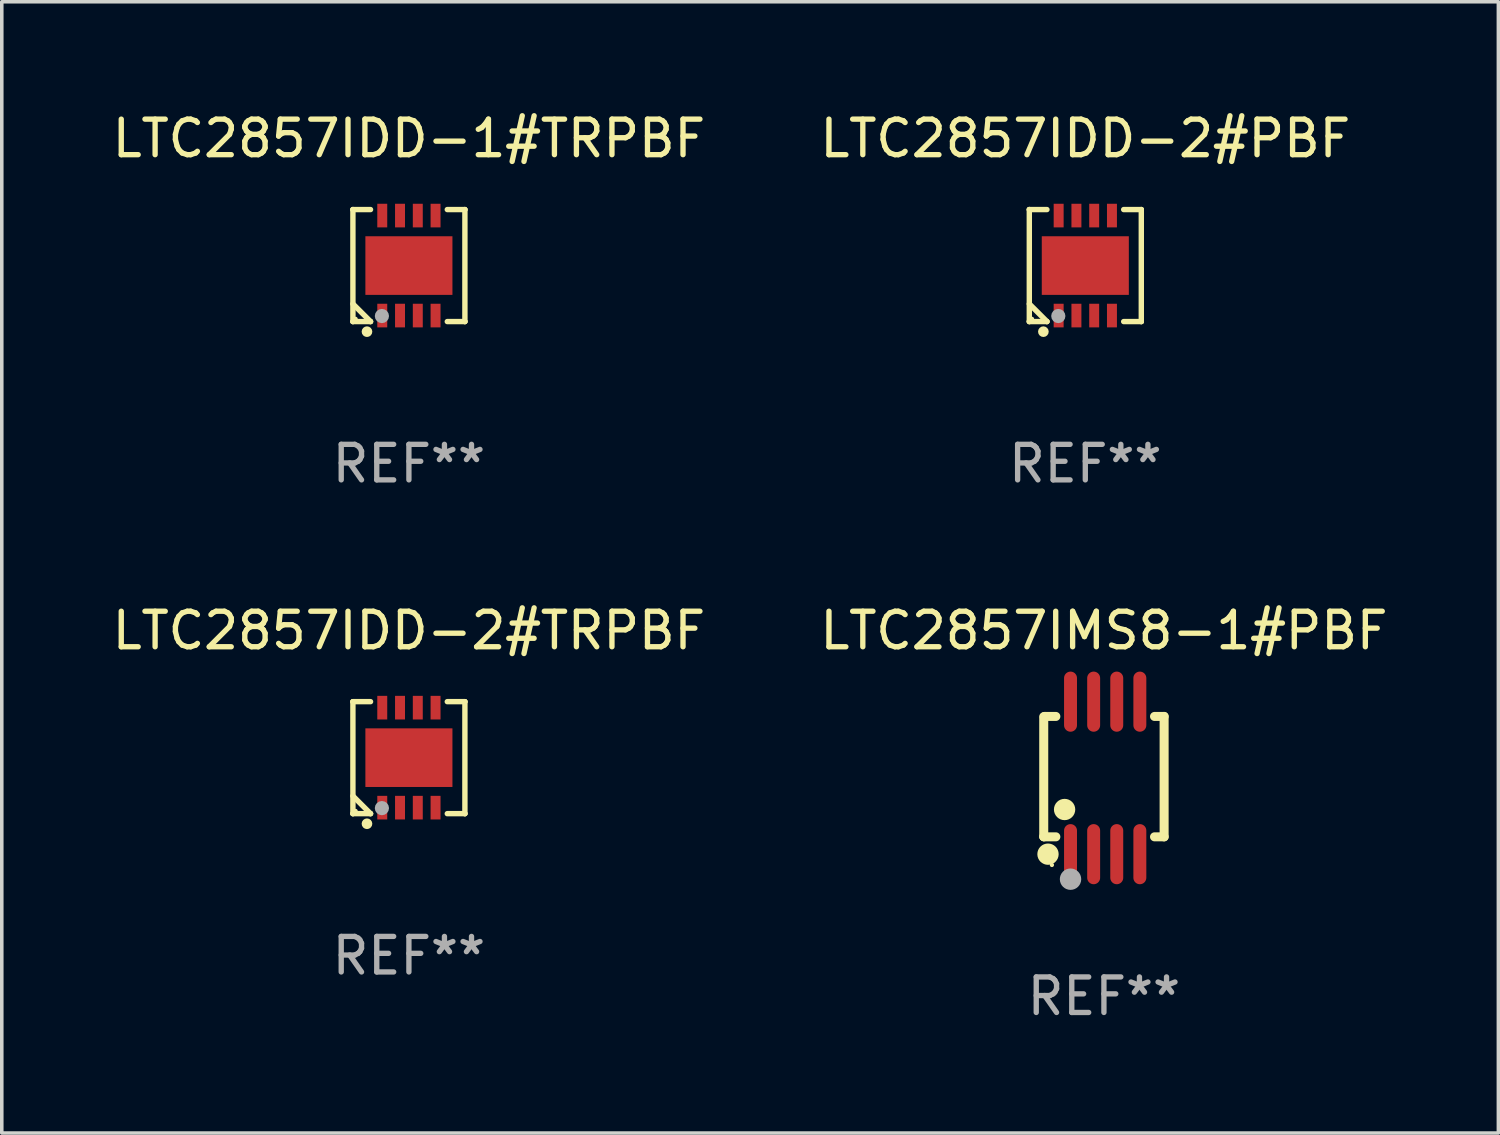
<source format=kicad_pcb>
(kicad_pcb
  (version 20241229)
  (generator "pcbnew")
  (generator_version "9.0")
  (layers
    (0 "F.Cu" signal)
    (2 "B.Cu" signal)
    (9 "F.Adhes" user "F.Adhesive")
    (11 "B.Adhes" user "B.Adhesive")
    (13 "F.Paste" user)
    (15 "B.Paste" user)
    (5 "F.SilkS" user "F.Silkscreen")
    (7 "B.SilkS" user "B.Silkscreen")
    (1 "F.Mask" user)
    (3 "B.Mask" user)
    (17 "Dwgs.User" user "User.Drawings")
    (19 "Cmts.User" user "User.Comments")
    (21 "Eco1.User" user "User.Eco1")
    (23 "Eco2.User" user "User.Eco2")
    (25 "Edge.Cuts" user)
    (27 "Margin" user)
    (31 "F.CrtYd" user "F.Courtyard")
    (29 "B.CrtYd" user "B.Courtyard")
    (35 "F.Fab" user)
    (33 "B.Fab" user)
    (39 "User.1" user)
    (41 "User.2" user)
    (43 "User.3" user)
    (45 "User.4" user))
  (footprint "LTC2857IMS8-1#PBF"
    (layer "F.Cu")
    (at 28.018 18.843)
    (property "Reference" "LTC2857IMS8-1#PBF" (at 0 -4.146 0) (layer "F.SilkS") (effects (font (size 1 1) (thickness 0.15))))
    (attr through_hole)
    (fp_line (start -1.694 -1.724) (end -1.694 1.652) (stroke (width 0.254) (type solid)) (layer "F.SilkS"))
    (fp_line (start -1.694 1.652) (end -1.688 1.658) (stroke (width 0.254) (type solid)) (layer "F.SilkS"))
    (fp_line (start -1.688 1.658) (end -1.353 1.658) (stroke (width 0.254) (type solid)) (layer "F.SilkS"))
    (fp_line (start -1.661 -1.73) (end -1.681 -1.71) (stroke (width 0.254) (type solid)) (layer "F.SilkS"))
    (fp_line (start -1.353 -1.73) (end -1.661 -1.73) (stroke (width 0.254) (type solid)) (layer "F.SilkS"))
    (fp_line (start 1.424 1.658) (end 1.694 1.658) (stroke (width 0.254) (type solid)) (layer "F.SilkS"))
    (fp_line (start 1.694 -1.73) (end 1.424 -1.73) (stroke (width 0.254) (type solid)) (layer "F.SilkS"))
    (fp_line (start 1.694 1.658) (end 1.694 -1.73) (stroke (width 0.254) (type solid)) (layer "F.SilkS"))
    (fp_circle (center -1.574 2.146) (end -1.424 2.146) (stroke (width 0.3) (type solid)) (fill no) (layer "F.SilkS"))
    (fp_circle (center -1.464 2.45) (end -1.434 2.45) (stroke (width 0.06) (type solid)) (fill no) (layer "F.SilkS"))
    (fp_circle (center -1.107 0.889) (end -0.957 0.889) (stroke (width 0.3) (type solid)) (fill no) (layer "F.SilkS"))
    (fp_circle (center -0.94 2.85) (end -0.789 2.85) (stroke (width 0.3) (type solid)) (fill no) (layer "F.Fab"))
    (fp_text user "REF**" (at 0 6.146 0) (layer "F.Fab") (effects (font (size 1 1) (thickness 0.15))))
    (pad "1" smd oval (at -0.94 2.146) (size 0.364 1.692) (layers "F.Cu" "F.Mask" "F.Paste"))
    (pad "2" smd oval (at -0.289 2.146) (size 0.364 1.692) (layers "F.Cu" "F.Mask" "F.Paste"))
    (pad "3" smd oval (at 0.361 2.146) (size 0.364 1.692) (layers "F.Cu" "F.Mask" "F.Paste"))
    (pad "4" smd oval (at 1.011 2.146) (size 0.364 1.692) (layers "F.Cu" "F.Mask" "F.Paste"))
    (pad "5" smd oval (at 1.011 -2.146) (size 0.364 1.692) (layers "F.Cu" "F.Mask" "F.Paste"))
    (pad "6" smd oval (at 0.361 -2.146) (size 0.364 1.692) (layers "F.Cu" "F.Mask" "F.Paste"))
    (pad "7" smd oval (at -0.289 -2.146) (size 0.364 1.692) (layers "F.Cu" "F.Mask" "F.Paste"))
    (pad "8" smd oval (at -0.94 -2.146) (size 0.364 1.692) (layers "F.Cu" "F.Mask" "F.Paste")))
  (footprint "LTC2857IDD-2#TRPBF"
    (layer "F.Cu")
    (at 8.458 18.273)
    (property "Reference" "LTC2857IDD-2#TRPBF" (at 0 -3.576 0) (layer "F.SilkS") (effects (font (size 1 1) (thickness 0.15))))
    (attr through_hole)
    (fp_line (start -1.576 -1.576) (end -1.576 -1.576) (stroke (width 0.152) (type solid)) (layer "F.SilkS"))
    (fp_line (start -1.576 -1.576) (end -1.08 -1.576) (stroke (width 0.152) (type solid)) (layer "F.SilkS"))
    (fp_line (start -1.576 1.576) (end -1.576 -1.576) (stroke (width 0.152) (type solid)) (layer "F.SilkS"))
    (fp_line (start -1.576 1.576) (end -1.576 1.576) (stroke (width 0.152) (type solid)) (layer "F.SilkS"))
    (fp_line (start -1.08 1.575) (end -1.576 1.079) (stroke (width 0.152) (type solid)) (layer "F.SilkS"))
    (fp_line (start -1.08 1.576) (end -1.576 1.576) (stroke (width 0.152) (type solid)) (layer "F.SilkS"))
    (fp_line (start -1.08 1.576) (end -1.08 1.575) (stroke (width 0.152) (type solid)) (layer "F.SilkS"))
    (fp_line (start 1.08 1.576) (end 1.576 1.576) (stroke (width 0.152) (type solid)) (layer "F.SilkS"))
    (fp_line (start 1.576 -1.576) (end 1.08 -1.576) (stroke (width 0.152) (type solid)) (layer "F.SilkS"))
    (fp_line (start 1.576 -1.576) (end 1.576 -1.576) (stroke (width 0.152) (type solid)) (layer "F.SilkS"))
    (fp_line (start 1.576 1.576) (end 1.576 -1.576) (stroke (width 0.152) (type solid)) (layer "F.SilkS"))
    (fp_line (start 1.576 1.576) (end 1.576 1.576) (stroke (width 0.152) (type solid)) (layer "F.SilkS"))
    (fp_circle (center -1.5 1.5) (end -1.47 1.5) (stroke (width 0.06) (type solid)) (fill no) (layer "F.SilkS"))
    (fp_circle (center -1.18 1.86) (end -1.105 1.86) (stroke (width 0.15) (type solid)) (fill no) (layer "F.SilkS"))
    (fp_circle (center -0.76 1.42) (end -0.66 1.42) (stroke (width 0.2) (type solid)) (fill no) (layer "F.Fab"))
    (fp_text user "REF**" (at 0 5.576 0) (layer "F.Fab") (effects (font (size 1 1) (thickness 0.15))))
    (pad "1" smd rect (at -0.75 1.407) (size 0.28 0.665) (layers "F.Cu" "F.Mask" "F.Paste"))
    (pad "2" smd rect (at -0.25 1.407) (size 0.28 0.665) (layers "F.Cu" "F.Mask" "F.Paste"))
    (pad "3" smd rect (at 0.25 1.407) (size 0.28 0.665) (layers "F.Cu" "F.Mask" "F.Paste"))
    (pad "4" smd rect (at 0.75 1.407) (size 0.28 0.665) (layers "F.Cu" "F.Mask" "F.Paste"))
    (pad "5" smd rect (at 0.75 -1.407) (size 0.28 0.665) (layers "F.Cu" "F.Mask" "F.Paste"))
    (pad "6" smd rect (at 0.25 -1.407) (size 0.28 0.665) (layers "F.Cu" "F.Mask" "F.Paste"))
    (pad "7" smd rect (at -0.25 -1.407) (size 0.28 0.665) (layers "F.Cu" "F.Mask" "F.Paste"))
    (pad "8" smd rect (at -0.75 -1.407) (size 0.28 0.665) (layers "F.Cu" "F.Mask" "F.Paste"))
    (pad "9" smd rect (at 0 0) (size 2.45 1.65) (layers "F.Cu" "F.Mask" "F.Paste")))
  (footprint "LTC2857IDD-1#TRPBF"
    (layer "F.Cu")
    (at 8.458 4.424)
    (property "Reference" "LTC2857IDD-1#TRPBF" (at 0 -3.576 0) (layer "F.SilkS") (effects (font (size 1 1) (thickness 0.15))))
    (attr through_hole)
    (fp_line (start -1.576 -1.576) (end -1.576 -1.576) (stroke (width 0.152) (type solid)) (layer "F.SilkS"))
    (fp_line (start -1.576 -1.576) (end -1.08 -1.576) (stroke (width 0.152) (type solid)) (layer "F.SilkS"))
    (fp_line (start -1.576 1.576) (end -1.576 -1.576) (stroke (width 0.152) (type solid)) (layer "F.SilkS"))
    (fp_line (start -1.576 1.576) (end -1.576 1.576) (stroke (width 0.152) (type solid)) (layer "F.SilkS"))
    (fp_line (start -1.08 1.575) (end -1.576 1.079) (stroke (width 0.152) (type solid)) (layer "F.SilkS"))
    (fp_line (start -1.08 1.576) (end -1.576 1.576) (stroke (width 0.152) (type solid)) (layer "F.SilkS"))
    (fp_line (start -1.08 1.576) (end -1.08 1.575) (stroke (width 0.152) (type solid)) (layer "F.SilkS"))
    (fp_line (start 1.08 1.576) (end 1.576 1.576) (stroke (width 0.152) (type solid)) (layer "F.SilkS"))
    (fp_line (start 1.576 -1.576) (end 1.08 -1.576) (stroke (width 0.152) (type solid)) (layer "F.SilkS"))
    (fp_line (start 1.576 -1.576) (end 1.576 -1.576) (stroke (width 0.152) (type solid)) (layer "F.SilkS"))
    (fp_line (start 1.576 1.576) (end 1.576 -1.576) (stroke (width 0.152) (type solid)) (layer "F.SilkS"))
    (fp_line (start 1.576 1.576) (end 1.576 1.576) (stroke (width 0.152) (type solid)) (layer "F.SilkS"))
    (fp_circle (center -1.5 1.5) (end -1.47 1.5) (stroke (width 0.06) (type solid)) (fill no) (layer "F.SilkS"))
    (fp_circle (center -1.18 1.86) (end -1.105 1.86) (stroke (width 0.15) (type solid)) (fill no) (layer "F.SilkS"))
    (fp_circle (center -0.76 1.42) (end -0.66 1.42) (stroke (width 0.2) (type solid)) (fill no) (layer "F.Fab"))
    (fp_text user "REF**" (at 0 5.576 0) (layer "F.Fab") (effects (font (size 1 1) (thickness 0.15))))
    (pad "1" smd rect (at -0.75 1.407) (size 0.28 0.665) (layers "F.Cu" "F.Mask" "F.Paste"))
    (pad "2" smd rect (at -0.25 1.407) (size 0.28 0.665) (layers "F.Cu" "F.Mask" "F.Paste"))
    (pad "3" smd rect (at 0.25 1.407) (size 0.28 0.665) (layers "F.Cu" "F.Mask" "F.Paste"))
    (pad "4" smd rect (at 0.75 1.407) (size 0.28 0.665) (layers "F.Cu" "F.Mask" "F.Paste"))
    (pad "5" smd rect (at 0.75 -1.407) (size 0.28 0.665) (layers "F.Cu" "F.Mask" "F.Paste"))
    (pad "6" smd rect (at 0.25 -1.407) (size 0.28 0.665) (layers "F.Cu" "F.Mask" "F.Paste"))
    (pad "7" smd rect (at -0.25 -1.407) (size 0.28 0.665) (layers "F.Cu" "F.Mask" "F.Paste"))
    (pad "8" smd rect (at -0.75 -1.407) (size 0.28 0.665) (layers "F.Cu" "F.Mask" "F.Paste"))
    (pad "9" smd rect (at 0 0) (size 2.45 1.65) (layers "F.Cu" "F.Mask" "F.Paste")))
  (footprint "LTC2857IDD-2#PBF"
    (layer "F.Cu")
    (at 27.494 4.424)
    (property "Reference" "LTC2857IDD-2#PBF" (at 0 -3.576 0) (layer "F.SilkS") (effects (font (size 1 1) (thickness 0.15))))
    (attr through_hole)
    (fp_line (start -1.576 -1.576) (end -1.576 -1.576) (stroke (width 0.152) (type solid)) (layer "F.SilkS"))
    (fp_line (start -1.576 -1.576) (end -1.08 -1.576) (stroke (width 0.152) (type solid)) (layer "F.SilkS"))
    (fp_line (start -1.576 1.576) (end -1.576 -1.576) (stroke (width 0.152) (type solid)) (layer "F.SilkS"))
    (fp_line (start -1.576 1.576) (end -1.576 1.576) (stroke (width 0.152) (type solid)) (layer "F.SilkS"))
    (fp_line (start -1.08 1.575) (end -1.576 1.079) (stroke (width 0.152) (type solid)) (layer "F.SilkS"))
    (fp_line (start -1.08 1.576) (end -1.576 1.576) (stroke (width 0.152) (type solid)) (layer "F.SilkS"))
    (fp_line (start -1.08 1.576) (end -1.08 1.575) (stroke (width 0.152) (type solid)) (layer "F.SilkS"))
    (fp_line (start 1.08 1.576) (end 1.576 1.576) (stroke (width 0.152) (type solid)) (layer "F.SilkS"))
    (fp_line (start 1.576 -1.576) (end 1.08 -1.576) (stroke (width 0.152) (type solid)) (layer "F.SilkS"))
    (fp_line (start 1.576 -1.576) (end 1.576 -1.576) (stroke (width 0.152) (type solid)) (layer "F.SilkS"))
    (fp_line (start 1.576 1.576) (end 1.576 -1.576) (stroke (width 0.152) (type solid)) (layer "F.SilkS"))
    (fp_line (start 1.576 1.576) (end 1.576 1.576) (stroke (width 0.152) (type solid)) (layer "F.SilkS"))
    (fp_circle (center -1.5 1.5) (end -1.47 1.5) (stroke (width 0.06) (type solid)) (fill no) (layer "F.SilkS"))
    (fp_circle (center -1.18 1.86) (end -1.105 1.86) (stroke (width 0.15) (type solid)) (fill no) (layer "F.SilkS"))
    (fp_circle (center -0.76 1.42) (end -0.66 1.42) (stroke (width 0.2) (type solid)) (fill no) (layer "F.Fab"))
    (fp_text user "REF**" (at 0 5.576 0) (layer "F.Fab") (effects (font (size 1 1) (thickness 0.15))))
    (pad "1" smd rect (at -0.75 1.407) (size 0.28 0.665) (layers "F.Cu" "F.Mask" "F.Paste"))
    (pad "2" smd rect (at -0.25 1.407) (size 0.28 0.665) (layers "F.Cu" "F.Mask" "F.Paste"))
    (pad "3" smd rect (at 0.25 1.407) (size 0.28 0.665) (layers "F.Cu" "F.Mask" "F.Paste"))
    (pad "4" smd rect (at 0.75 1.407) (size 0.28 0.665) (layers "F.Cu" "F.Mask" "F.Paste"))
    (pad "5" smd rect (at 0.75 -1.407) (size 0.28 0.665) (layers "F.Cu" "F.Mask" "F.Paste"))
    (pad "6" smd rect (at 0.25 -1.407) (size 0.28 0.665) (layers "F.Cu" "F.Mask" "F.Paste"))
    (pad "7" smd rect (at -0.25 -1.407) (size 0.28 0.665) (layers "F.Cu" "F.Mask" "F.Paste"))
    (pad "8" smd rect (at -0.75 -1.407) (size 0.28 0.665) (layers "F.Cu" "F.Mask" "F.Paste"))
    (pad "9" smd rect (at 0 0) (size 2.45 1.65) (layers "F.Cu" "F.Mask" "F.Paste")))
  (gr_rect
    (start -3 -3)
    (end 39.119 28.837)
    (stroke (width 0.1) (type default))
    (fill no)
    (layer "Edge.Cuts")))
</source>
